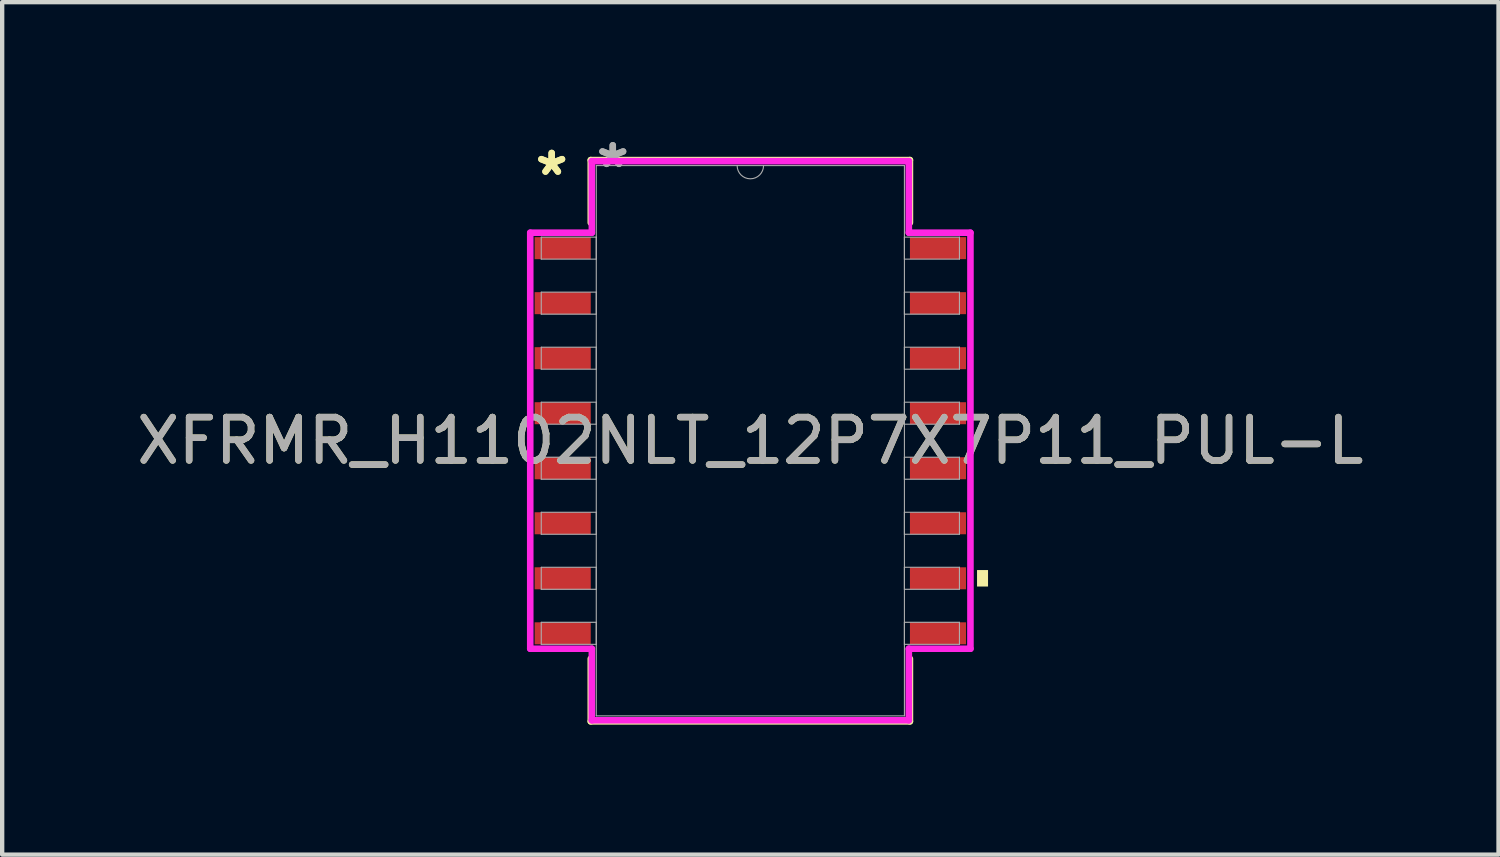
<source format=kicad_pcb>
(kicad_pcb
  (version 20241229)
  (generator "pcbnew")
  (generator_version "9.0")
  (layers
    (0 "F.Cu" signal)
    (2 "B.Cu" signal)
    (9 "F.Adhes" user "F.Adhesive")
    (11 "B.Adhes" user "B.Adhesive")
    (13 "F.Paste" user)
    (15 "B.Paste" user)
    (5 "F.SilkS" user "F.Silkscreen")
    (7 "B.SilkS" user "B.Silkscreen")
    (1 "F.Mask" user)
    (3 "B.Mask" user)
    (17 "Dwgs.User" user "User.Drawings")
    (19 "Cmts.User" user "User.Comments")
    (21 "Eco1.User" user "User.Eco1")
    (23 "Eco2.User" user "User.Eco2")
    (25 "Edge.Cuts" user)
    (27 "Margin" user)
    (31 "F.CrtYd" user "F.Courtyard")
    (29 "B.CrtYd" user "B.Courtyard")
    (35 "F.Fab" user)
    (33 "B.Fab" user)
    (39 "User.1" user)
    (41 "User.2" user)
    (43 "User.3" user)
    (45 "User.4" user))
  (footprint "XFRMR_H1102NLT_12P7X7P11_PUL-L"
    (layer "F.Cu")
    (at 14.268 7.122)
    (property "Reference" "XFRMR_H1102NLT_12P7X7P11_PUL-L" (at 0 0 0) (unlocked yes) (layer "F.SilkS") (effects (font (size 1 1) (thickness 0.15))))
    (attr smd)
    (fp_line (start -3.683 -6.477) (end -3.683 -5.032) (stroke (width 0.152) (type solid)) (layer "F.SilkS"))
    (fp_line (start -3.683 5.032) (end -3.683 6.477) (stroke (width 0.152) (type solid)) (layer "F.SilkS"))
    (fp_line (start -3.683 6.477) (end 3.683 6.477) (stroke (width 0.152) (type solid)) (layer "F.SilkS"))
    (fp_line (start 3.683 -6.477) (end -3.683 -6.477) (stroke (width 0.152) (type solid)) (layer "F.SilkS"))
    (fp_line (start 3.683 -5.032) (end 3.683 -6.477) (stroke (width 0.152) (type solid)) (layer "F.SilkS"))
    (fp_line (start 3.683 6.477) (end 3.683 5.032) (stroke (width 0.152) (type solid)) (layer "F.SilkS"))
    (fp_poly (pts (xy 5.486 2.985) (xy 5.486 3.365) (xy 5.232 3.365) (xy 5.232 2.985)) (stroke (width 0) (type solid)) (fill yes) (layer "F.SilkS"))
    (fp_line (start -5.08 -4.801) (end -3.658 -4.801) (stroke (width 0.152) (type solid)) (layer "F.CrtYd"))
    (fp_line (start -5.08 4.801) (end -5.08 -4.801) (stroke (width 0.152) (type solid)) (layer "F.CrtYd"))
    (fp_line (start -5.08 4.801) (end -3.658 4.801) (stroke (width 0.152) (type solid)) (layer "F.CrtYd"))
    (fp_line (start -3.658 -6.452) (end 3.658 -6.452) (stroke (width 0.152) (type solid)) (layer "F.CrtYd"))
    (fp_line (start -3.658 -4.801) (end -3.658 -6.452) (stroke (width 0.152) (type solid)) (layer "F.CrtYd"))
    (fp_line (start -3.658 6.452) (end -3.658 4.801) (stroke (width 0.152) (type solid)) (layer "F.CrtYd"))
    (fp_line (start 3.658 -6.452) (end 3.658 -4.801) (stroke (width 0.152) (type solid)) (layer "F.CrtYd"))
    (fp_line (start 3.658 4.801) (end 3.658 6.452) (stroke (width 0.152) (type solid)) (layer "F.CrtYd"))
    (fp_line (start 3.658 6.452) (end -3.658 6.452) (stroke (width 0.152) (type solid)) (layer "F.CrtYd"))
    (fp_line (start 5.08 -4.801) (end 3.658 -4.801) (stroke (width 0.152) (type solid)) (layer "F.CrtYd"))
    (fp_line (start 5.08 -4.801) (end 5.08 4.801) (stroke (width 0.152) (type solid)) (layer "F.CrtYd"))
    (fp_line (start 5.08 4.801) (end 3.658 4.801) (stroke (width 0.152) (type solid)) (layer "F.CrtYd"))
    (fp_line (start -4.826 -4.699) (end -4.826 -4.191) (stroke (width 0.025) (type solid)) (layer "F.Fab"))
    (fp_line (start -4.826 -4.191) (end -3.556 -4.191) (stroke (width 0.025) (type solid)) (layer "F.Fab"))
    (fp_line (start -4.826 -3.429) (end -4.826 -2.921) (stroke (width 0.025) (type solid)) (layer "F.Fab"))
    (fp_line (start -4.826 -2.921) (end -3.556 -2.921) (stroke (width 0.025) (type solid)) (layer "F.Fab"))
    (fp_line (start -4.826 -2.159) (end -4.826 -1.651) (stroke (width 0.025) (type solid)) (layer "F.Fab"))
    (fp_line (start -4.826 -1.651) (end -3.556 -1.651) (stroke (width 0.025) (type solid)) (layer "F.Fab"))
    (fp_line (start -4.826 -0.889) (end -4.826 -0.381) (stroke (width 0.025) (type solid)) (layer "F.Fab"))
    (fp_line (start -4.826 -0.381) (end -3.556 -0.381) (stroke (width 0.025) (type solid)) (layer "F.Fab"))
    (fp_line (start -4.826 0.381) (end -4.826 0.889) (stroke (width 0.025) (type solid)) (layer "F.Fab"))
    (fp_line (start -4.826 0.889) (end -3.556 0.889) (stroke (width 0.025) (type solid)) (layer "F.Fab"))
    (fp_line (start -4.826 1.651) (end -4.826 2.159) (stroke (width 0.025) (type solid)) (layer "F.Fab"))
    (fp_line (start -4.826 2.159) (end -3.556 2.159) (stroke (width 0.025) (type solid)) (layer "F.Fab"))
    (fp_line (start -4.826 2.921) (end -4.826 3.429) (stroke (width 0.025) (type solid)) (layer "F.Fab"))
    (fp_line (start -4.826 3.429) (end -3.556 3.429) (stroke (width 0.025) (type solid)) (layer "F.Fab"))
    (fp_line (start -4.826 4.191) (end -4.826 4.699) (stroke (width 0.025) (type solid)) (layer "F.Fab"))
    (fp_line (start -4.826 4.699) (end -3.556 4.699) (stroke (width 0.025) (type solid)) (layer "F.Fab"))
    (fp_line (start -3.556 -6.35) (end -3.556 6.35) (stroke (width 0.025) (type solid)) (layer "F.Fab"))
    (fp_line (start -3.556 -4.699) (end -4.826 -4.699) (stroke (width 0.025) (type solid)) (layer "F.Fab"))
    (fp_line (start -3.556 -4.191) (end -3.556 -4.699) (stroke (width 0.025) (type solid)) (layer "F.Fab"))
    (fp_line (start -3.556 -3.429) (end -4.826 -3.429) (stroke (width 0.025) (type solid)) (layer "F.Fab"))
    (fp_line (start -3.556 -2.921) (end -3.556 -3.429) (stroke (width 0.025) (type solid)) (layer "F.Fab"))
    (fp_line (start -3.556 -2.159) (end -4.826 -2.159) (stroke (width 0.025) (type solid)) (layer "F.Fab"))
    (fp_line (start -3.556 -1.651) (end -3.556 -2.159) (stroke (width 0.025) (type solid)) (layer "F.Fab"))
    (fp_line (start -3.556 -0.889) (end -4.826 -0.889) (stroke (width 0.025) (type solid)) (layer "F.Fab"))
    (fp_line (start -3.556 -0.381) (end -3.556 -0.889) (stroke (width 0.025) (type solid)) (layer "F.Fab"))
    (fp_line (start -3.556 0.381) (end -4.826 0.381) (stroke (width 0.025) (type solid)) (layer "F.Fab"))
    (fp_line (start -3.556 0.889) (end -3.556 0.381) (stroke (width 0.025) (type solid)) (layer "F.Fab"))
    (fp_line (start -3.556 1.651) (end -4.826 1.651) (stroke (width 0.025) (type solid)) (layer "F.Fab"))
    (fp_line (start -3.556 2.159) (end -3.556 1.651) (stroke (width 0.025) (type solid)) (layer "F.Fab"))
    (fp_line (start -3.556 2.921) (end -4.826 2.921) (stroke (width 0.025) (type solid)) (layer "F.Fab"))
    (fp_line (start -3.556 3.429) (end -3.556 2.921) (stroke (width 0.025) (type solid)) (layer "F.Fab"))
    (fp_line (start -3.556 4.191) (end -4.826 4.191) (stroke (width 0.025) (type solid)) (layer "F.Fab"))
    (fp_line (start -3.556 4.699) (end -3.556 4.191) (stroke (width 0.025) (type solid)) (layer "F.Fab"))
    (fp_line (start -3.556 6.35) (end 3.556 6.35) (stroke (width 0.025) (type solid)) (layer "F.Fab"))
    (fp_line (start 3.556 -6.35) (end -3.556 -6.35) (stroke (width 0.025) (type solid)) (layer "F.Fab"))
    (fp_line (start 3.556 -4.699) (end 3.556 -4.191) (stroke (width 0.025) (type solid)) (layer "F.Fab"))
    (fp_line (start 3.556 -4.191) (end 4.826 -4.191) (stroke (width 0.025) (type solid)) (layer "F.Fab"))
    (fp_line (start 3.556 -3.429) (end 3.556 -2.921) (stroke (width 0.025) (type solid)) (layer "F.Fab"))
    (fp_line (start 3.556 -2.921) (end 4.826 -2.921) (stroke (width 0.025) (type solid)) (layer "F.Fab"))
    (fp_line (start 3.556 -2.159) (end 3.556 -1.651) (stroke (width 0.025) (type solid)) (layer "F.Fab"))
    (fp_line (start 3.556 -1.651) (end 4.826 -1.651) (stroke (width 0.025) (type solid)) (layer "F.Fab"))
    (fp_line (start 3.556 -0.889) (end 3.556 -0.381) (stroke (width 0.025) (type solid)) (layer "F.Fab"))
    (fp_line (start 3.556 -0.381) (end 4.826 -0.381) (stroke (width 0.025) (type solid)) (layer "F.Fab"))
    (fp_line (start 3.556 0.381) (end 3.556 0.889) (stroke (width 0.025) (type solid)) (layer "F.Fab"))
    (fp_line (start 3.556 0.889) (end 4.826 0.889) (stroke (width 0.025) (type solid)) (layer "F.Fab"))
    (fp_line (start 3.556 1.651) (end 3.556 2.159) (stroke (width 0.025) (type solid)) (layer "F.Fab"))
    (fp_line (start 3.556 2.159) (end 4.826 2.159) (stroke (width 0.025) (type solid)) (layer "F.Fab"))
    (fp_line (start 3.556 2.921) (end 3.556 3.429) (stroke (width 0.025) (type solid)) (layer "F.Fab"))
    (fp_line (start 3.556 3.429) (end 4.826 3.429) (stroke (width 0.025) (type solid)) (layer "F.Fab"))
    (fp_line (start 3.556 4.191) (end 3.556 4.699) (stroke (width 0.025) (type solid)) (layer "F.Fab"))
    (fp_line (start 3.556 4.699) (end 4.826 4.699) (stroke (width 0.025) (type solid)) (layer "F.Fab"))
    (fp_line (start 3.556 6.35) (end 3.556 -6.35) (stroke (width 0.025) (type solid)) (layer "F.Fab"))
    (fp_line (start 4.826 -4.699) (end 3.556 -4.699) (stroke (width 0.025) (type solid)) (layer "F.Fab"))
    (fp_line (start 4.826 -4.191) (end 4.826 -4.699) (stroke (width 0.025) (type solid)) (layer "F.Fab"))
    (fp_line (start 4.826 -3.429) (end 3.556 -3.429) (stroke (width 0.025) (type solid)) (layer "F.Fab"))
    (fp_line (start 4.826 -2.921) (end 4.826 -3.429) (stroke (width 0.025) (type solid)) (layer "F.Fab"))
    (fp_line (start 4.826 -2.159) (end 3.556 -2.159) (stroke (width 0.025) (type solid)) (layer "F.Fab"))
    (fp_line (start 4.826 -1.651) (end 4.826 -2.159) (stroke (width 0.025) (type solid)) (layer "F.Fab"))
    (fp_line (start 4.826 -0.889) (end 3.556 -0.889) (stroke (width 0.025) (type solid)) (layer "F.Fab"))
    (fp_line (start 4.826 -0.381) (end 4.826 -0.889) (stroke (width 0.025) (type solid)) (layer "F.Fab"))
    (fp_line (start 4.826 0.381) (end 3.556 0.381) (stroke (width 0.025) (type solid)) (layer "F.Fab"))
    (fp_line (start 4.826 0.889) (end 4.826 0.381) (stroke (width 0.025) (type solid)) (layer "F.Fab"))
    (fp_line (start 4.826 1.651) (end 3.556 1.651) (stroke (width 0.025) (type solid)) (layer "F.Fab"))
    (fp_line (start 4.826 2.159) (end 4.826 1.651) (stroke (width 0.025) (type solid)) (layer "F.Fab"))
    (fp_line (start 4.826 2.921) (end 3.556 2.921) (stroke (width 0.025) (type solid)) (layer "F.Fab"))
    (fp_line (start 4.826 3.429) (end 4.826 2.921) (stroke (width 0.025) (type solid)) (layer "F.Fab"))
    (fp_line (start 4.826 4.191) (end 3.556 4.191) (stroke (width 0.025) (type solid)) (layer "F.Fab"))
    (fp_line (start 4.826 4.699) (end 4.826 4.191) (stroke (width 0.025) (type solid)) (layer "F.Fab"))
    (fp_arc (start 0.3048 -6.35) (mid 0 -6.0452) (end -0.3048 -6.35) (stroke (width 0.0254) (type solid)) (layer "F.Fab"))
    (fp_text user "*" (at -4.585 -6.096 0) (layer "F.SilkS") (effects (font (size 1 1) (thickness 0.15))))
    (fp_text user "*" (at -4.585 -6.096 0) (unlocked yes) (layer "F.SilkS") (effects (font (size 1 1) (thickness 0.15))))
    (fp_text user "${REFERENCE}" (at 0 0 0) (unlocked yes) (layer "F.Fab") (effects (font (size 1 1) (thickness 0.15))))
    (fp_text user "*" (at -3.175 -6.274 0) (unlocked yes) (layer "F.Fab") (effects (font (size 1 1) (thickness 0.15))))
    (fp_text user "*" (at -3.175 -6.274 0) (layer "F.Fab") (effects (font (size 1 1) (thickness 0.15))))
    (pad "1" smd rect (at -4.331 -4.445) (size 1.295 0.508) (layers "F.Cu" "F.Mask" "F.Paste"))
    (pad "2" smd rect (at -4.331 -3.175) (size 1.295 0.508) (layers "F.Cu" "F.Mask" "F.Paste"))
    (pad "3" smd rect (at -4.331 -1.905) (size 1.295 0.508) (layers "F.Cu" "F.Mask" "F.Paste"))
    (pad "4" smd rect (at -4.331 -0.635) (size 1.295 0.508) (layers "F.Cu" "F.Mask" "F.Paste"))
    (pad "5" smd rect (at -4.331 0.635) (size 1.295 0.508) (layers "F.Cu" "F.Mask" "F.Paste"))
    (pad "6" smd rect (at -4.331 1.905) (size 1.295 0.508) (layers "F.Cu" "F.Mask" "F.Paste"))
    (pad "7" smd rect (at -4.331 3.175) (size 1.295 0.508) (layers "F.Cu" "F.Mask" "F.Paste"))
    (pad "8" smd rect (at -4.331 4.445) (size 1.295 0.508) (layers "F.Cu" "F.Mask" "F.Paste"))
    (pad "9" smd rect (at 4.331 4.445) (size 1.295 0.508) (layers "F.Cu" "F.Mask" "F.Paste"))
    (pad "10" smd rect (at 4.331 3.175) (size 1.295 0.508) (layers "F.Cu" "F.Mask" "F.Paste"))
    (pad "11" smd rect (at 4.331 1.905) (size 1.295 0.508) (layers "F.Cu" "F.Mask" "F.Paste"))
    (pad "12" smd rect (at 4.331 0.635) (size 1.295 0.508) (layers "F.Cu" "F.Mask" "F.Paste"))
    (pad "13" smd rect (at 4.331 -0.635) (size 1.295 0.508) (layers "F.Cu" "F.Mask" "F.Paste"))
    (pad "14" smd rect (at 4.331 -1.905) (size 1.295 0.508) (layers "F.Cu" "F.Mask" "F.Paste"))
    (pad "15" smd rect (at 4.331 -3.175) (size 1.295 0.508) (layers "F.Cu" "F.Mask" "F.Paste"))
    (pad "16" smd rect (at 4.331 -4.445) (size 1.295 0.508) (layers "F.Cu" "F.Mask" "F.Paste")))
  (gr_rect
    (start -3 -3)
    (end 31.536 16.675)
    (stroke (width 0.1) (type default))
    (fill no)
    (layer "Edge.Cuts")))
</source>
